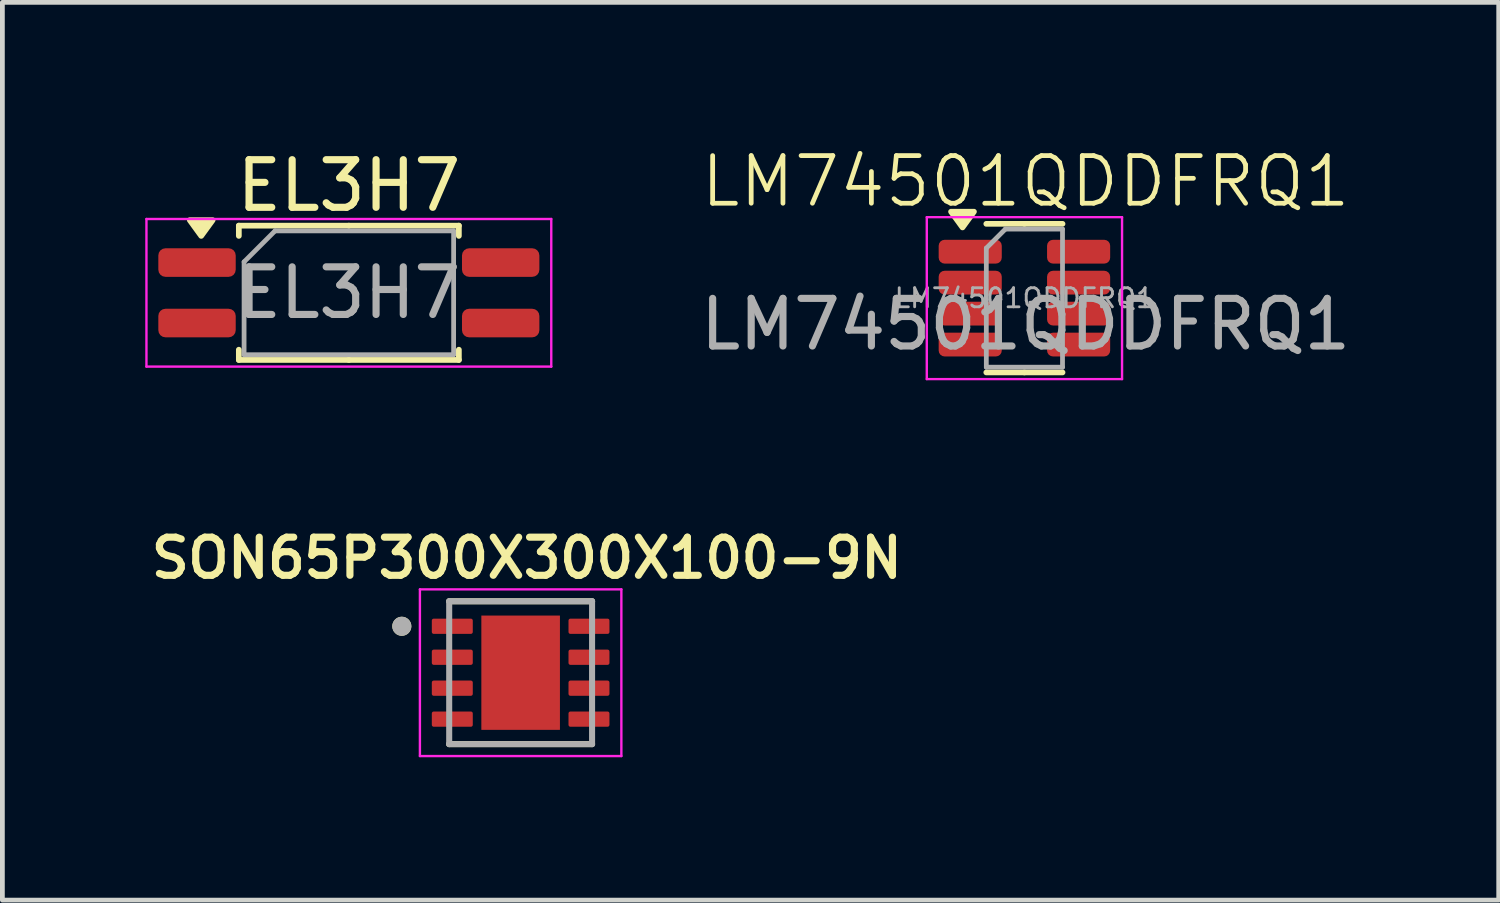
<source format=kicad_pcb>
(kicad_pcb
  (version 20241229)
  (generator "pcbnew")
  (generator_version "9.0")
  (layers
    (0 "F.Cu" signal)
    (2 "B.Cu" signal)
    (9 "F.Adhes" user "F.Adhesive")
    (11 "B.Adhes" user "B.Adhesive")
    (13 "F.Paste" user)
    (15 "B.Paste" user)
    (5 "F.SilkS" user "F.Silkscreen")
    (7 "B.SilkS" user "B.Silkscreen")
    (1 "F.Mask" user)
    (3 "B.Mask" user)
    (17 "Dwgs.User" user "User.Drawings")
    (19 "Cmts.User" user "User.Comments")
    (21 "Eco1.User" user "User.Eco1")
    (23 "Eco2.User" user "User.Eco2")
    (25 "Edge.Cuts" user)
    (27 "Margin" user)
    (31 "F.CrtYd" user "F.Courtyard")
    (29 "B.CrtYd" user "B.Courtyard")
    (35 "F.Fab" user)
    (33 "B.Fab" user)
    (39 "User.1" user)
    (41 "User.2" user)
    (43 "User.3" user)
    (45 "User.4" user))
  (footprint "SON65P300X300X100-9N"
    (layer "F.Cu")
    (at 7.882 11.075)
    (property "Reference" "SON65P300X300X100-9N" (at 0.13 -2.408 0) (layer "F.SilkS") (effects (font (size 0.8 0.8) (thickness 0.15))))
    (attr smd)
    (fp_line (start -1.5 -1.5) (end 1.5 -1.5) (stroke (width 0.127) (type solid)) (layer "F.SilkS"))
    (fp_line (start -1.5 1.5) (end 1.5 1.5) (stroke (width 0.127) (type solid)) (layer "F.SilkS"))
    (fp_circle (center -2.495 -0.975) (end -2.395 -0.975) (stroke (width 0.2) (type solid)) (fill no) (layer "F.SilkS"))
    (fp_poly (pts (xy -0.52 -0.76) (xy 0.52 -0.76) (xy 0.52 0.76) (xy -0.52 0.76)) (stroke (width 0.01) (type solid)) (fill yes) (layer "F.Paste"))
    (fp_line (start -2.115 -1.75) (end -2.115 1.75) (stroke (width 0.05) (type solid)) (layer "F.CrtYd"))
    (fp_line (start -2.115 -1.75) (end 2.115 -1.75) (stroke (width 0.05) (type solid)) (layer "F.CrtYd"))
    (fp_line (start -2.115 1.75) (end 2.115 1.75) (stroke (width 0.05) (type solid)) (layer "F.CrtYd"))
    (fp_line (start 2.115 -1.75) (end 2.115 1.75) (stroke (width 0.05) (type solid)) (layer "F.CrtYd"))
    (fp_line (start -1.5 -1.5) (end -1.5 1.5) (stroke (width 0.127) (type solid)) (layer "F.Fab"))
    (fp_line (start -1.5 -1.5) (end 1.5 -1.5) (stroke (width 0.127) (type solid)) (layer "F.Fab"))
    (fp_line (start -1.5 1.5) (end 1.5 1.5) (stroke (width 0.127) (type solid)) (layer "F.Fab"))
    (fp_line (start 1.5 -1.5) (end 1.5 1.5) (stroke (width 0.127) (type solid)) (layer "F.Fab"))
    (fp_circle (center -2.495 -0.975) (end -2.395 -0.975) (stroke (width 0.2) (type solid)) (fill no) (layer "F.Fab"))
    (pad "1" smd roundrect (at -1.435 -0.975) (size 0.86 0.32) (layers "F.Cu" "F.Mask" "F.Paste") (roundrect_rratio 0.125))
    (pad "2" smd roundrect (at -1.435 -0.325) (size 0.86 0.32) (layers "F.Cu" "F.Mask" "F.Paste") (roundrect_rratio 0.125))
    (pad "3" smd roundrect (at -1.435 0.325) (size 0.86 0.32) (layers "F.Cu" "F.Mask" "F.Paste") (roundrect_rratio 0.125))
    (pad "4" smd roundrect (at -1.435 0.975) (size 0.86 0.32) (layers "F.Cu" "F.Mask" "F.Paste") (roundrect_rratio 0.125))
    (pad "5" smd roundrect (at 1.435 0.975) (size 0.86 0.32) (layers "F.Cu" "F.Mask" "F.Paste") (roundrect_rratio 0.125))
    (pad "6" smd roundrect (at 1.435 0.325) (size 0.86 0.32) (layers "F.Cu" "F.Mask" "F.Paste") (roundrect_rratio 0.125))
    (pad "7" smd roundrect (at 1.435 -0.325) (size 0.86 0.32) (layers "F.Cu" "F.Mask" "F.Paste") (roundrect_rratio 0.125))
    (pad "8" smd roundrect (at 1.435 -0.975) (size 0.86 0.32) (layers "F.Cu" "F.Mask" "F.Paste") (roundrect_rratio 0.125))
    (pad "9" smd rect (at 0 0) (size 1.65 2.4) (layers "F.Cu" "F.Mask")))
  (footprint "EL3H7"
    (layer "F.Cu")
    (at 4.275 3.098)
    (property "Reference" "EL3H7" (at 0 -2.25 0) (layer "F.SilkS") (effects (font (size 1 1) (thickness 0.15))))
    (attr smd)
    (fp_line (start -2.31 -1.41) (end -2.31 -1.195) (stroke (width 0.12) (type solid)) (layer "F.SilkS"))
    (fp_line (start -2.31 1.41) (end -2.31 1.195) (stroke (width 0.12) (type solid)) (layer "F.SilkS"))
    (fp_line (start 0 -1.41) (end -2.31 -1.41) (stroke (width 0.12) (type solid)) (layer "F.SilkS"))
    (fp_line (start 0 -1.41) (end 2.31 -1.41) (stroke (width 0.12) (type solid)) (layer "F.SilkS"))
    (fp_line (start 0 1.41) (end -2.31 1.41) (stroke (width 0.12) (type solid)) (layer "F.SilkS"))
    (fp_line (start 0 1.41) (end 2.31 1.41) (stroke (width 0.12) (type solid)) (layer "F.SilkS"))
    (fp_line (start 2.31 -1.41) (end 2.31 -1.195) (stroke (width 0.12) (type solid)) (layer "F.SilkS"))
    (fp_line (start 2.31 1.41) (end 2.31 1.195) (stroke (width 0.12) (type solid)) (layer "F.SilkS"))
    (fp_poly (pts (xy -3.1 -1.195) (xy -3.34 -1.525) (xy -2.86 -1.525) (xy -3.1 -1.195)) (stroke (width 0.12) (type solid)) (fill yes) (layer "F.SilkS"))
    (fp_line (start -4.25 -1.55) (end -4.25 1.55) (stroke (width 0.05) (type solid)) (layer "F.CrtYd"))
    (fp_line (start -4.25 1.55) (end 4.25 1.55) (stroke (width 0.05) (type solid)) (layer "F.CrtYd"))
    (fp_line (start 4.25 -1.55) (end -4.25 -1.55) (stroke (width 0.05) (type solid)) (layer "F.CrtYd"))
    (fp_line (start 4.25 1.55) (end 4.25 -1.55) (stroke (width 0.05) (type solid)) (layer "F.CrtYd"))
    (fp_line (start -2.2 -0.65) (end -1.55 -1.3) (stroke (width 0.1) (type solid)) (layer "F.Fab"))
    (fp_line (start -2.2 1.3) (end -2.2 -0.65) (stroke (width 0.1) (type solid)) (layer "F.Fab"))
    (fp_line (start -1.55 -1.3) (end 2.2 -1.3) (stroke (width 0.1) (type solid)) (layer "F.Fab"))
    (fp_line (start 2.2 -1.3) (end 2.2 1.3) (stroke (width 0.1) (type solid)) (layer "F.Fab"))
    (fp_line (start 2.2 1.3) (end -2.2 1.3) (stroke (width 0.1) (type solid)) (layer "F.Fab"))
    (fp_text user "${REFERENCE}" (at 0 0 0) (layer "F.Fab") (effects (font (size 1 1) (thickness 0.15))))
    (pad "1" smd roundrect (at -3.188 -0.635) (size 1.625 0.6) (layers "F.Cu" "F.Mask" "F.Paste") (roundrect_rratio 0.25))
    (pad "2" smd roundrect (at -3.188 0.635) (size 1.625 0.6) (layers "F.Cu" "F.Mask" "F.Paste") (roundrect_rratio 0.25))
    (pad "3" smd roundrect (at 3.188 0.635) (size 1.625 0.6) (layers "F.Cu" "F.Mask" "F.Paste") (roundrect_rratio 0.25))
    (pad "4" smd roundrect (at 3.188 -0.635) (size 1.625 0.6) (layers "F.Cu" "F.Mask" "F.Paste") (roundrect_rratio 0.25)))
  (footprint "LM74501QDDFRQ1"
    (layer "F.Cu")
    (at 18.485 1.26)
    (property "Reference" "LM74501QDDFRQ1" (at 0 -0.5 0) (unlocked yes) (layer "F.SilkS") (effects (font (size 1 1) (thickness 0.1))))
    (attr smd allow_soldermask_bridges)
    (fp_line (start -0.025 0.39) (end -0.825 0.39) (stroke (width 0.12) (type solid)) (layer "F.SilkS"))
    (fp_line (start -0.025 0.39) (end 0.775 0.39) (stroke (width 0.12) (type solid)) (layer "F.SilkS"))
    (fp_line (start -0.025 3.51) (end -0.825 3.51) (stroke (width 0.12) (type solid)) (layer "F.SilkS"))
    (fp_line (start -0.025 3.51) (end 0.775 3.51) (stroke (width 0.12) (type solid)) (layer "F.SilkS"))
    (fp_poly (pts (xy -1.325 0.465) (xy -1.565 0.135) (xy -1.085 0.135) (xy -1.325 0.465)) (stroke (width 0.12) (type solid)) (fill yes) (layer "F.SilkS"))
    (fp_line (start -2.075 0.25) (end -2.075 3.65) (stroke (width 0.05) (type solid)) (layer "F.CrtYd"))
    (fp_line (start -2.075 3.65) (end 2.025 3.65) (stroke (width 0.05) (type solid)) (layer "F.CrtYd"))
    (fp_line (start 2.025 0.25) (end -2.075 0.25) (stroke (width 0.05) (type solid)) (layer "F.CrtYd"))
    (fp_line (start 2.025 3.65) (end 2.025 0.25) (stroke (width 0.05) (type solid)) (layer "F.CrtYd"))
    (fp_line (start -0.825 0.9) (end -0.425 0.5) (stroke (width 0.1) (type solid)) (layer "F.Fab"))
    (fp_line (start -0.825 3.4) (end -0.825 0.9) (stroke (width 0.1) (type solid)) (layer "F.Fab"))
    (fp_line (start -0.425 0.5) (end 0.775 0.5) (stroke (width 0.1) (type solid)) (layer "F.Fab"))
    (fp_line (start 0.775 0.5) (end 0.775 3.4) (stroke (width 0.1) (type solid)) (layer "F.Fab"))
    (fp_line (start 0.775 3.4) (end -0.825 3.4) (stroke (width 0.1) (type solid)) (layer "F.Fab"))
    (fp_text user "${REFERENCE}" (at 0 2.5 0) (unlocked yes) (layer "F.Fab") (effects (font (size 1 1) (thickness 0.15))))
    (fp_text user "${REFERENCE}" (at -0.025 1.95 0) (layer "F.Fab") (effects (font (size 0.4 0.4) (thickness 0.06))))
    (pad "1" smd roundrect (at -1.163 0.975) (size 1.325 0.5) (layers "F.Cu" "F.Mask" "F.Paste") (roundrect_rratio 0.25))
    (pad "2" smd roundrect (at -1.163 1.625) (size 1.325 0.5) (layers "F.Cu" "F.Mask" "F.Paste") (roundrect_rratio 0.25))
    (pad "3" smd roundrect (at -1.163 2.275) (size 1.325 0.5) (layers "F.Cu" "F.Mask" "F.Paste") (roundrect_rratio 0.25))
    (pad "4" smd roundrect (at -1.163 2.925) (size 1.325 0.5) (layers "F.Cu" "F.Mask" "F.Paste") (roundrect_rratio 0.25))
    (pad "5" smd roundrect (at 1.113 2.925) (size 1.325 0.5) (layers "F.Cu" "F.Mask" "F.Paste") (roundrect_rratio 0.25))
    (pad "6" smd roundrect (at 1.113 2.275) (size 1.325 0.5) (layers "F.Cu" "F.Mask" "F.Paste") (roundrect_rratio 0.25))
    (pad "7" smd roundrect (at 1.113 1.625) (size 1.325 0.5) (layers "F.Cu" "F.Mask" "F.Paste") (roundrect_rratio 0.25))
    (pad "8" smd roundrect (at 1.113 0.975) (size 1.325 0.5) (layers "F.Cu" "F.Mask" "F.Paste") (roundrect_rratio 0.25)))
  (gr_rect
    (start -3 -3)
    (end 28.419 15.85)
    (stroke (width 0.1) (type default))
    (fill no)
    (layer "Edge.Cuts")))
</source>
